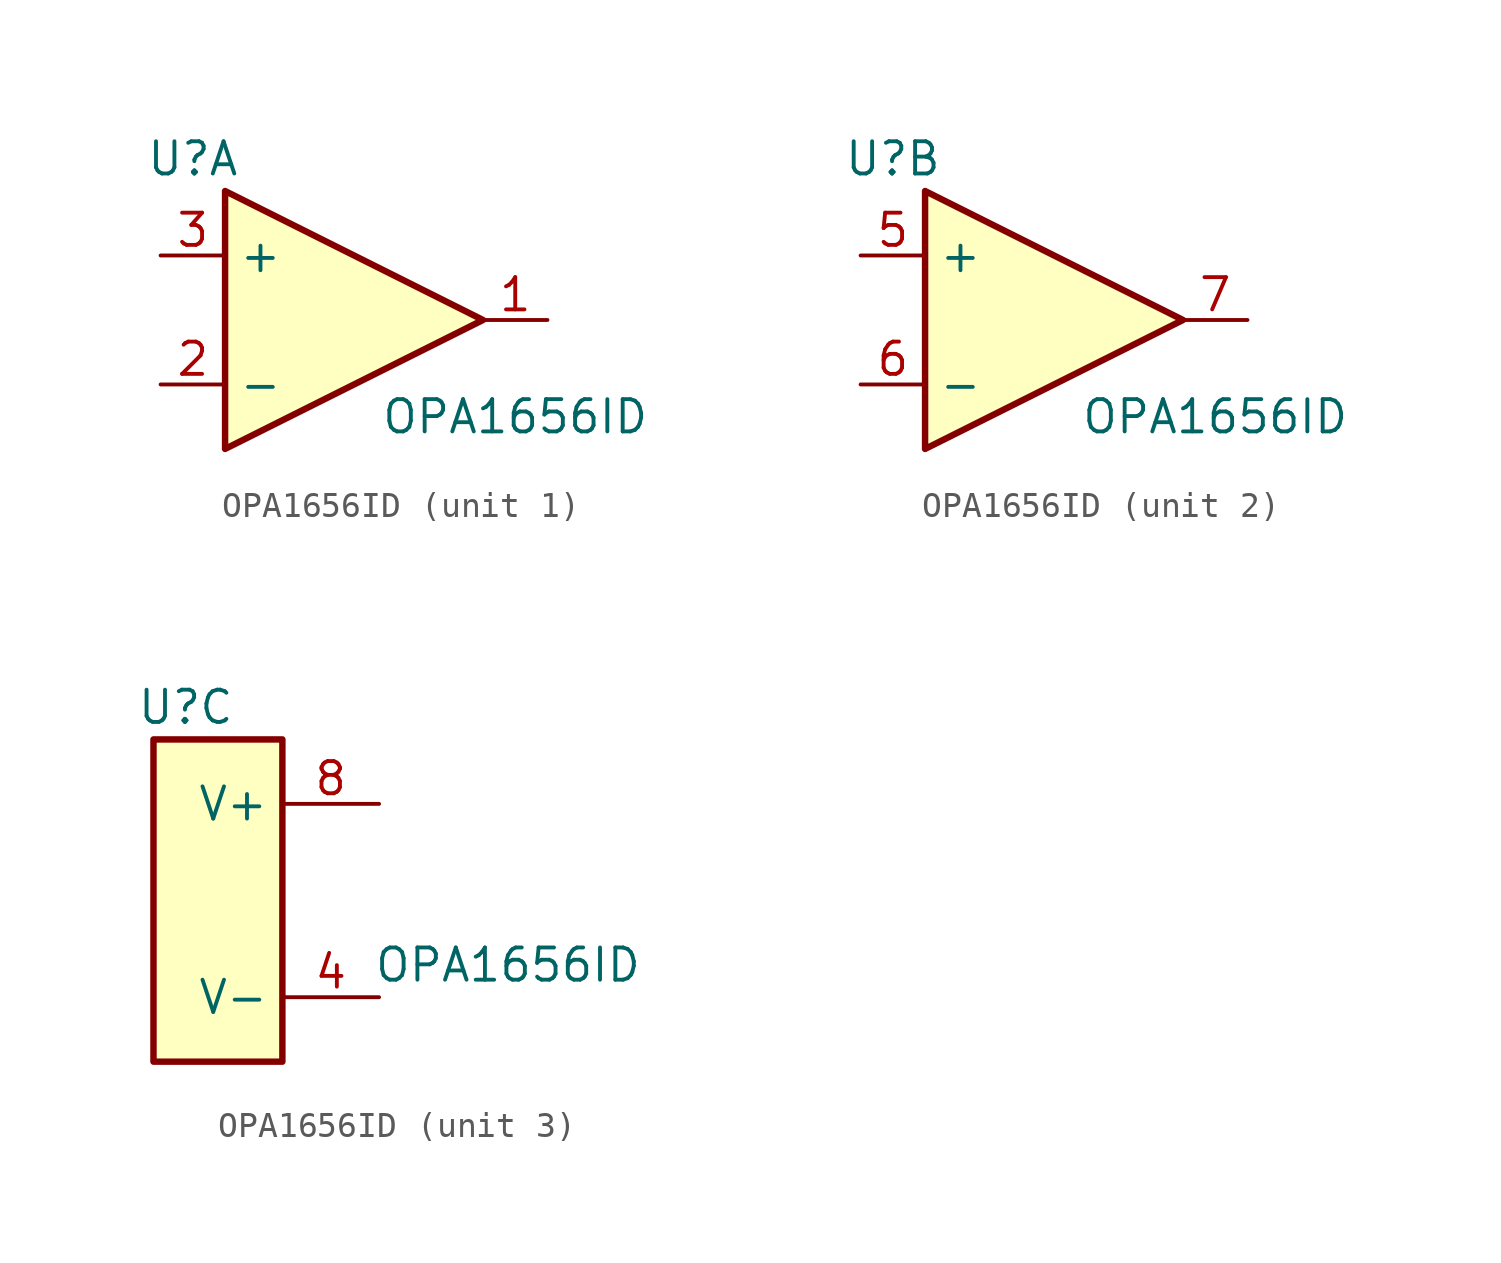
<source format=kicad_sym>
(kicad_symbol_lib
  (version 20211014)
  (generator kicad_symbol_editor)
  (symbol "OPA1656ID"
    (property "Reference" "U"
      (at -3.81 6.35 0)
      (effects (font (size 1.27 1.27))))
    (property "Value" "OPA1656ID"
      (at 8.89 -3.81 0)
      (effects (font (size 1.27 1.27))))
    (property "ki_locked" ""
      (at 0 0 0)
      (effects (font (size 1.27 1.27))))
    (symbol "OPA1656ID_1_1"
      (polyline (pts (xy 7.62 0) (xy -2.54 5.08) (xy -2.54 -5.08) (xy 7.62 0)) (stroke (width 0.254) (type default) (color 0 0 0 0)) (fill (type background)))
      (pin output line (at 10.16 0 180) (length 2.54) (name "~" (effects (font (size 1.27 1.27)))) (number "1" (effects (font (size 1.27 1.27)))))
      (pin input line (at -5.08 -2.54 0) (length 2.54) (name "-" (effects (font (size 1.27 1.27)))) (number "2" (effects (font (size 1.27 1.27)))))
      (pin input line (at -5.08 2.54 0) (length 2.54) (name "+" (effects (font (size 1.27 1.27)))) (number "3" (effects (font (size 1.27 1.27))))))
    (symbol "OPA1656ID_2_1"
      (polyline (pts (xy 7.62 0) (xy -2.54 5.08) (xy -2.54 -5.08) (xy 7.62 0)) (stroke (width 0.254) (type default) (color 0 0 0 0)) (fill (type background)))
      (pin input line (at -5.08 2.54 0) (length 2.54) (name "+" (effects (font (size 1.27 1.27)))) (number "5" (effects (font (size 1.27 1.27)))))
      (pin input line (at -5.08 -2.54 0) (length 2.54) (name "-" (effects (font (size 1.27 1.27)))) (number "6" (effects (font (size 1.27 1.27)))))
      (pin output line (at 10.16 0 180) (length 2.54) (name "~" (effects (font (size 1.27 1.27)))) (number "7" (effects (font (size 1.27 1.27))))))
    (symbol "OPA1656ID_3_1"
      (rectangle (start -5.08 5.08) (end 0 -7.62) (stroke (width 0.254) (type default) (color 0 0 0 0)) (fill (type background)))
      (pin power_in line (at 3.81 -5.08 180) (length 3.81) (name "V-" (effects (font (size 1.27 1.27)))) (number "4" (effects (font (size 1.27 1.27)))))
      (pin power_in line (at 3.81 2.54 180) (length 3.81) (name "V+" (effects (font (size 1.27 1.27)))) (number "8" (effects (font (size 1.27 1.27))))))))
</source>
